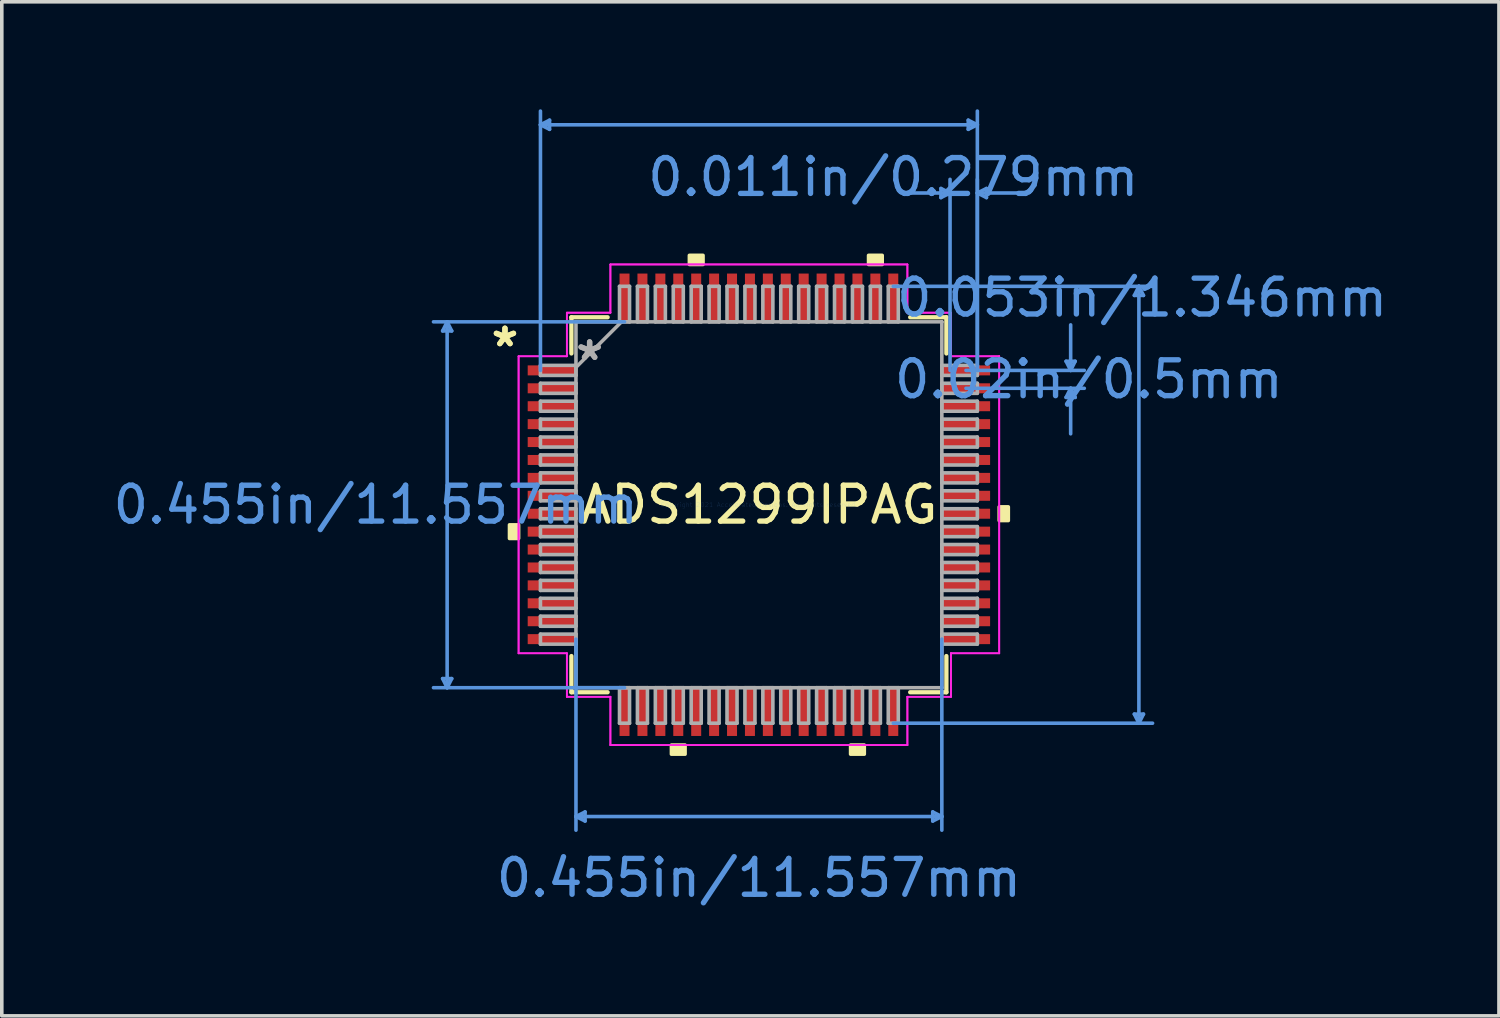
<source format=kicad_pcb>
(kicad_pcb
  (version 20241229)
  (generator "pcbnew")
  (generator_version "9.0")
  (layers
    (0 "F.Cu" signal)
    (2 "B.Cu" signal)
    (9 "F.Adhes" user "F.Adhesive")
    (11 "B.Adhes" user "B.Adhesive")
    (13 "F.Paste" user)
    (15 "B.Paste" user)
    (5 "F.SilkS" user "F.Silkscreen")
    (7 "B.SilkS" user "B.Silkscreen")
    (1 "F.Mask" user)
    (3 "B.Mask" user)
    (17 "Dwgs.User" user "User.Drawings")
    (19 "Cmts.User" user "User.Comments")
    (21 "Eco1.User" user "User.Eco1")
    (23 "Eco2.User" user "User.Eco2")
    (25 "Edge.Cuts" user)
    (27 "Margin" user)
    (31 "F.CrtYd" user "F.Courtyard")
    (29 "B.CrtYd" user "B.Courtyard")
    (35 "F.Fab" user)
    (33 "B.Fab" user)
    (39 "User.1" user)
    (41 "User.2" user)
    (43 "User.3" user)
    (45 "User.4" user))
  (footprint "ADS1299IPAG"
    (layer "F.Cu")
    (at 18.128 11.036)
    (property "Reference" "ADS1299IPAG" (at 0 0 0) (layer "F.SilkS") (effects (font (size 1 1) (thickness 0.15))))
    (attr through_hole)
    (fp_line (start -5.232 -5.232) (end -5.232 -4.222) (stroke (width 0.12) (type solid)) (layer "F.SilkS"))
    (fp_line (start -5.232 4.222) (end -5.232 5.232) (stroke (width 0.12) (type solid)) (layer "F.SilkS"))
    (fp_line (start -5.232 5.232) (end -4.222 5.232) (stroke (width 0.12) (type solid)) (layer "F.SilkS"))
    (fp_line (start -4.222 -5.232) (end -5.232 -5.232) (stroke (width 0.12) (type solid)) (layer "F.SilkS"))
    (fp_line (start 4.222 5.232) (end 5.232 5.232) (stroke (width 0.12) (type solid)) (layer "F.SilkS"))
    (fp_line (start 5.232 -5.232) (end 4.222 -5.232) (stroke (width 0.12) (type solid)) (layer "F.SilkS"))
    (fp_line (start 5.232 -4.222) (end 5.232 -5.232) (stroke (width 0.12) (type solid)) (layer "F.SilkS"))
    (fp_line (start 5.232 5.232) (end 5.232 4.222) (stroke (width 0.12) (type solid)) (layer "F.SilkS"))
    (fp_poly (pts (xy -6.96 0.56) (xy -6.96 0.941) (xy -6.706 0.941) (xy -6.706 0.56)) (stroke (width 0.1) (type solid)) (fill yes) (layer "F.SilkS"))
    (fp_poly (pts (xy -2.441 6.706) (xy -2.441 6.96) (xy -2.06 6.96) (xy -2.06 6.706)) (stroke (width 0.1) (type solid)) (fill yes) (layer "F.SilkS"))
    (fp_poly (pts (xy -1.94 -6.706) (xy -1.94 -6.96) (xy -1.559 -6.96) (xy -1.559 -6.706)) (stroke (width 0.1) (type solid)) (fill yes) (layer "F.SilkS"))
    (fp_poly (pts (xy 2.559 6.706) (xy 2.559 6.96) (xy 2.941 6.96) (xy 2.941 6.706)) (stroke (width 0.1) (type solid)) (fill yes) (layer "F.SilkS"))
    (fp_poly (pts (xy 3.06 -6.706) (xy 3.06 -6.96) (xy 3.441 -6.96) (xy 3.441 -6.706)) (stroke (width 0.1) (type solid)) (fill yes) (layer "F.SilkS"))
    (fp_poly (pts (xy 6.96 0.059) (xy 6.96 0.441) (xy 6.706 0.441) (xy 6.706 0.059)) (stroke (width 0.1) (type solid)) (fill yes) (layer "F.SilkS"))
    (fp_line (start -8.826 -4.851) (end -8.572 -4.851) (stroke (width 0.1) (type solid)) (layer "Cmts.User"))
    (fp_line (start -8.826 4.851) (end -8.572 4.851) (stroke (width 0.1) (type solid)) (layer "Cmts.User"))
    (fp_line (start -8.7 -5.105) (end -8.826 -4.851) (stroke (width 0.1) (type solid)) (layer "Cmts.User"))
    (fp_line (start -8.7 -5.105) (end -8.7 5.105) (stroke (width 0.1) (type solid)) (layer "Cmts.User"))
    (fp_line (start -8.7 -5.105) (end -8.572 -4.851) (stroke (width 0.1) (type solid)) (layer "Cmts.User"))
    (fp_line (start -8.7 5.105) (end -8.826 4.851) (stroke (width 0.1) (type solid)) (layer "Cmts.User"))
    (fp_line (start -8.7 5.105) (end -8.572 4.851) (stroke (width 0.1) (type solid)) (layer "Cmts.User"))
    (fp_line (start -6.096 -10.604) (end -5.842 -10.732) (stroke (width 0.1) (type solid)) (layer "Cmts.User"))
    (fp_line (start -6.096 -10.604) (end -5.842 -10.477) (stroke (width 0.1) (type solid)) (layer "Cmts.User"))
    (fp_line (start -6.096 -10.604) (end 6.096 -10.604) (stroke (width 0.1) (type solid)) (layer "Cmts.User"))
    (fp_line (start -6.096 -3.75) (end -6.096 -10.986) (stroke (width 0.1) (type solid)) (layer "Cmts.User"))
    (fp_line (start -5.842 -10.732) (end -5.842 -10.477) (stroke (width 0.1) (type solid)) (layer "Cmts.User"))
    (fp_line (start -5.105 3.75) (end -5.105 9.081) (stroke (width 0.1) (type solid)) (layer "Cmts.User"))
    (fp_line (start -5.105 8.7) (end -4.851 8.572) (stroke (width 0.1) (type solid)) (layer "Cmts.User"))
    (fp_line (start -5.105 8.7) (end -4.851 8.826) (stroke (width 0.1) (type solid)) (layer "Cmts.User"))
    (fp_line (start -5.105 8.7) (end 5.105 8.7) (stroke (width 0.1) (type solid)) (layer "Cmts.User"))
    (fp_line (start -4.851 8.572) (end -4.851 8.826) (stroke (width 0.1) (type solid)) (layer "Cmts.User"))
    (fp_line (start -3.75 -5.105) (end -9.081 -5.105) (stroke (width 0.1) (type solid)) (layer "Cmts.User"))
    (fp_line (start -3.75 5.105) (end -9.081 5.105) (stroke (width 0.1) (type solid)) (layer "Cmts.User"))
    (fp_line (start 3.75 -6.096) (end 10.986 -6.096) (stroke (width 0.1) (type solid)) (layer "Cmts.User"))
    (fp_line (start 3.75 6.096) (end 10.986 6.096) (stroke (width 0.1) (type solid)) (layer "Cmts.User"))
    (fp_line (start 4.851 8.572) (end 4.851 8.826) (stroke (width 0.1) (type solid)) (layer "Cmts.User"))
    (fp_line (start 5.08 -8.826) (end 5.08 -8.572) (stroke (width 0.1) (type solid)) (layer "Cmts.User"))
    (fp_line (start 5.105 3.75) (end 5.105 9.081) (stroke (width 0.1) (type solid)) (layer "Cmts.User"))
    (fp_line (start 5.105 8.7) (end 4.851 8.572) (stroke (width 0.1) (type solid)) (layer "Cmts.User"))
    (fp_line (start 5.105 8.7) (end 4.851 8.826) (stroke (width 0.1) (type solid)) (layer "Cmts.User"))
    (fp_line (start 5.334 -8.7) (end 4.064 -8.7) (stroke (width 0.1) (type solid)) (layer "Cmts.User"))
    (fp_line (start 5.334 -8.7) (end 5.08 -8.826) (stroke (width 0.1) (type solid)) (layer "Cmts.User"))
    (fp_line (start 5.334 -8.7) (end 5.08 -8.572) (stroke (width 0.1) (type solid)) (layer "Cmts.User"))
    (fp_line (start 5.334 -3.75) (end 5.334 -9.081) (stroke (width 0.1) (type solid)) (layer "Cmts.User"))
    (fp_line (start 5.779 -3.75) (end 9.081 -3.75) (stroke (width 0.1) (type solid)) (layer "Cmts.User"))
    (fp_line (start 5.779 -3.25) (end 9.081 -3.25) (stroke (width 0.1) (type solid)) (layer "Cmts.User"))
    (fp_line (start 5.842 -10.732) (end 5.842 -10.477) (stroke (width 0.1) (type solid)) (layer "Cmts.User"))
    (fp_line (start 6.096 -10.604) (end 5.842 -10.732) (stroke (width 0.1) (type solid)) (layer "Cmts.User"))
    (fp_line (start 6.096 -10.604) (end 5.842 -10.477) (stroke (width 0.1) (type solid)) (layer "Cmts.User"))
    (fp_line (start 6.096 -8.7) (end 6.35 -8.826) (stroke (width 0.1) (type solid)) (layer "Cmts.User"))
    (fp_line (start 6.096 -8.7) (end 6.35 -8.572) (stroke (width 0.1) (type solid)) (layer "Cmts.User"))
    (fp_line (start 6.096 -8.7) (end 7.366 -8.7) (stroke (width 0.1) (type solid)) (layer "Cmts.User"))
    (fp_line (start 6.096 -3.75) (end 6.096 -10.986) (stroke (width 0.1) (type solid)) (layer "Cmts.User"))
    (fp_line (start 6.096 -3.75) (end 6.096 -9.081) (stroke (width 0.1) (type solid)) (layer "Cmts.User"))
    (fp_line (start 6.35 -8.826) (end 6.35 -8.572) (stroke (width 0.1) (type solid)) (layer "Cmts.User"))
    (fp_line (start 8.572 -4.004) (end 8.826 -4.004) (stroke (width 0.1) (type solid)) (layer "Cmts.User"))
    (fp_line (start 8.572 -2.996) (end 8.826 -2.996) (stroke (width 0.1) (type solid)) (layer "Cmts.User"))
    (fp_line (start 8.7 -3.75) (end 8.572 -4.004) (stroke (width 0.1) (type solid)) (layer "Cmts.User"))
    (fp_line (start 8.7 -3.75) (end 8.7 -5.02) (stroke (width 0.1) (type solid)) (layer "Cmts.User"))
    (fp_line (start 8.7 -3.75) (end 8.826 -4.004) (stroke (width 0.1) (type solid)) (layer "Cmts.User"))
    (fp_line (start 8.7 -3.25) (end 8.572 -2.996) (stroke (width 0.1) (type solid)) (layer "Cmts.User"))
    (fp_line (start 8.7 -3.25) (end 8.7 -1.98) (stroke (width 0.1) (type solid)) (layer "Cmts.User"))
    (fp_line (start 8.7 -3.25) (end 8.826 -2.996) (stroke (width 0.1) (type solid)) (layer "Cmts.User"))
    (fp_line (start 10.477 -5.842) (end 10.732 -5.842) (stroke (width 0.1) (type solid)) (layer "Cmts.User"))
    (fp_line (start 10.477 5.842) (end 10.732 5.842) (stroke (width 0.1) (type solid)) (layer "Cmts.User"))
    (fp_line (start 10.604 -6.096) (end 10.477 -5.842) (stroke (width 0.1) (type solid)) (layer "Cmts.User"))
    (fp_line (start 10.604 -6.096) (end 10.604 6.096) (stroke (width 0.1) (type solid)) (layer "Cmts.User"))
    (fp_line (start 10.604 -6.096) (end 10.732 -5.842) (stroke (width 0.1) (type solid)) (layer "Cmts.User"))
    (fp_line (start 10.604 6.096) (end 10.477 5.842) (stroke (width 0.1) (type solid)) (layer "Cmts.User"))
    (fp_line (start 10.604 6.096) (end 10.732 5.842) (stroke (width 0.1) (type solid)) (layer "Cmts.User"))
    (fp_line (start -6.706 -4.144) (end -5.359 -4.144) (stroke (width 0.05) (type solid)) (layer "F.CrtYd"))
    (fp_line (start -6.706 -4.144) (end -5.359 -4.144) (stroke (width 0.05) (type solid)) (layer "F.CrtYd"))
    (fp_line (start -6.706 4.144) (end -6.706 -4.144) (stroke (width 0.05) (type solid)) (layer "F.CrtYd"))
    (fp_line (start -6.706 4.144) (end -6.706 -4.144) (stroke (width 0.05) (type solid)) (layer "F.CrtYd"))
    (fp_line (start -5.359 -5.359) (end -4.144 -5.359) (stroke (width 0.05) (type solid)) (layer "F.CrtYd"))
    (fp_line (start -5.359 -5.359) (end -4.144 -5.359) (stroke (width 0.05) (type solid)) (layer "F.CrtYd"))
    (fp_line (start -5.359 -4.144) (end -5.359 -5.359) (stroke (width 0.05) (type solid)) (layer "F.CrtYd"))
    (fp_line (start -5.359 -4.144) (end -5.359 -5.359) (stroke (width 0.05) (type solid)) (layer "F.CrtYd"))
    (fp_line (start -5.359 4.144) (end -6.706 4.144) (stroke (width 0.05) (type solid)) (layer "F.CrtYd"))
    (fp_line (start -5.359 4.144) (end -6.706 4.144) (stroke (width 0.05) (type solid)) (layer "F.CrtYd"))
    (fp_line (start -5.359 5.359) (end -5.359 4.144) (stroke (width 0.05) (type solid)) (layer "F.CrtYd"))
    (fp_line (start -5.359 5.359) (end -5.359 4.144) (stroke (width 0.05) (type solid)) (layer "F.CrtYd"))
    (fp_line (start -5.359 5.359) (end -4.144 5.359) (stroke (width 0.05) (type solid)) (layer "F.CrtYd"))
    (fp_line (start -4.144 -6.706) (end 4.144 -6.706) (stroke (width 0.05) (type solid)) (layer "F.CrtYd"))
    (fp_line (start -4.144 -6.706) (end 4.144 -6.706) (stroke (width 0.05) (type solid)) (layer "F.CrtYd"))
    (fp_line (start -4.144 -5.359) (end -4.144 -6.706) (stroke (width 0.05) (type solid)) (layer "F.CrtYd"))
    (fp_line (start -4.144 -5.359) (end -4.144 -6.706) (stroke (width 0.05) (type solid)) (layer "F.CrtYd"))
    (fp_line (start -4.144 5.359) (end -5.359 5.359) (stroke (width 0.05) (type solid)) (layer "F.CrtYd"))
    (fp_line (start -4.144 5.359) (end -4.144 6.706) (stroke (width 0.05) (type solid)) (layer "F.CrtYd"))
    (fp_line (start -4.144 6.706) (end -4.144 5.359) (stroke (width 0.05) (type solid)) (layer "F.CrtYd"))
    (fp_line (start -4.144 6.706) (end 4.144 6.706) (stroke (width 0.05) (type solid)) (layer "F.CrtYd"))
    (fp_line (start 4.144 -6.706) (end 4.144 -5.359) (stroke (width 0.05) (type solid)) (layer "F.CrtYd"))
    (fp_line (start 4.144 -6.706) (end 4.144 -5.359) (stroke (width 0.05) (type solid)) (layer "F.CrtYd"))
    (fp_line (start 4.144 -5.359) (end 5.359 -5.359) (stroke (width 0.05) (type solid)) (layer "F.CrtYd"))
    (fp_line (start 4.144 -5.359) (end 5.359 -5.359) (stroke (width 0.05) (type solid)) (layer "F.CrtYd"))
    (fp_line (start 4.144 5.359) (end 4.144 6.706) (stroke (width 0.05) (type solid)) (layer "F.CrtYd"))
    (fp_line (start 4.144 5.359) (end 5.359 5.359) (stroke (width 0.05) (type solid)) (layer "F.CrtYd"))
    (fp_line (start 4.144 6.706) (end -4.144 6.706) (stroke (width 0.05) (type solid)) (layer "F.CrtYd"))
    (fp_line (start 4.144 6.706) (end 4.144 5.359) (stroke (width 0.05) (type solid)) (layer "F.CrtYd"))
    (fp_line (start 5.359 -5.359) (end 5.359 -4.144) (stroke (width 0.05) (type solid)) (layer "F.CrtYd"))
    (fp_line (start 5.359 -4.144) (end 5.359 -5.359) (stroke (width 0.05) (type solid)) (layer "F.CrtYd"))
    (fp_line (start 5.359 -4.144) (end 6.706 -4.144) (stroke (width 0.05) (type solid)) (layer "F.CrtYd"))
    (fp_line (start 5.359 4.144) (end 5.359 5.359) (stroke (width 0.05) (type solid)) (layer "F.CrtYd"))
    (fp_line (start 5.359 4.144) (end 6.706 4.144) (stroke (width 0.05) (type solid)) (layer "F.CrtYd"))
    (fp_line (start 5.359 5.359) (end 4.144 5.359) (stroke (width 0.05) (type solid)) (layer "F.CrtYd"))
    (fp_line (start 5.359 5.359) (end 5.359 4.144) (stroke (width 0.05) (type solid)) (layer "F.CrtYd"))
    (fp_line (start 6.706 -4.144) (end 5.359 -4.144) (stroke (width 0.05) (type solid)) (layer "F.CrtYd"))
    (fp_line (start 6.706 -4.144) (end 6.706 4.144) (stroke (width 0.05) (type solid)) (layer "F.CrtYd"))
    (fp_line (start 6.706 4.144) (end 5.359 4.144) (stroke (width 0.05) (type solid)) (layer "F.CrtYd"))
    (fp_line (start 6.706 4.144) (end 6.706 -4.144) (stroke (width 0.05) (type solid)) (layer "F.CrtYd"))
    (fp_line (start -6.096 -3.89) (end -6.096 -3.61) (stroke (width 0.1) (type solid)) (layer "F.Fab"))
    (fp_line (start -6.096 -3.61) (end -5.105 -3.61) (stroke (width 0.1) (type solid)) (layer "F.Fab"))
    (fp_line (start -6.096 -3.39) (end -6.096 -3.11) (stroke (width 0.1) (type solid)) (layer "F.Fab"))
    (fp_line (start -6.096 -3.11) (end -5.105 -3.11) (stroke (width 0.1) (type solid)) (layer "F.Fab"))
    (fp_line (start -6.096 -2.89) (end -6.096 -2.61) (stroke (width 0.1) (type solid)) (layer "F.Fab"))
    (fp_line (start -6.096 -2.61) (end -5.105 -2.61) (stroke (width 0.1) (type solid)) (layer "F.Fab"))
    (fp_line (start -6.096 -2.39) (end -6.096 -2.11) (stroke (width 0.1) (type solid)) (layer "F.Fab"))
    (fp_line (start -6.096 -2.11) (end -5.105 -2.11) (stroke (width 0.1) (type solid)) (layer "F.Fab"))
    (fp_line (start -6.096 -1.89) (end -6.096 -1.61) (stroke (width 0.1) (type solid)) (layer "F.Fab"))
    (fp_line (start -6.096 -1.61) (end -5.105 -1.61) (stroke (width 0.1) (type solid)) (layer "F.Fab"))
    (fp_line (start -6.096 -1.39) (end -6.096 -1.11) (stroke (width 0.1) (type solid)) (layer "F.Fab"))
    (fp_line (start -6.096 -1.11) (end -5.105 -1.11) (stroke (width 0.1) (type solid)) (layer "F.Fab"))
    (fp_line (start -6.096 -0.89) (end -6.096 -0.61) (stroke (width 0.1) (type solid)) (layer "F.Fab"))
    (fp_line (start -6.096 -0.61) (end -5.105 -0.61) (stroke (width 0.1) (type solid)) (layer "F.Fab"))
    (fp_line (start -6.096 -0.39) (end -6.096 -0.11) (stroke (width 0.1) (type solid)) (layer "F.Fab"))
    (fp_line (start -6.096 -0.11) (end -5.105 -0.11) (stroke (width 0.1) (type solid)) (layer "F.Fab"))
    (fp_line (start -6.096 0.11) (end -6.096 0.39) (stroke (width 0.1) (type solid)) (layer "F.Fab"))
    (fp_line (start -6.096 0.39) (end -5.105 0.39) (stroke (width 0.1) (type solid)) (layer "F.Fab"))
    (fp_line (start -6.096 0.61) (end -6.096 0.89) (stroke (width 0.1) (type solid)) (layer "F.Fab"))
    (fp_line (start -6.096 0.89) (end -5.105 0.89) (stroke (width 0.1) (type solid)) (layer "F.Fab"))
    (fp_line (start -6.096 1.11) (end -6.096 1.39) (stroke (width 0.1) (type solid)) (layer "F.Fab"))
    (fp_line (start -6.096 1.39) (end -5.105 1.39) (stroke (width 0.1) (type solid)) (layer "F.Fab"))
    (fp_line (start -6.096 1.61) (end -6.096 1.89) (stroke (width 0.1) (type solid)) (layer "F.Fab"))
    (fp_line (start -6.096 1.89) (end -5.105 1.89) (stroke (width 0.1) (type solid)) (layer "F.Fab"))
    (fp_line (start -6.096 2.11) (end -6.096 2.39) (stroke (width 0.1) (type solid)) (layer "F.Fab"))
    (fp_line (start -6.096 2.39) (end -5.105 2.39) (stroke (width 0.1) (type solid)) (layer "F.Fab"))
    (fp_line (start -6.096 2.61) (end -6.096 2.89) (stroke (width 0.1) (type solid)) (layer "F.Fab"))
    (fp_line (start -6.096 2.89) (end -5.105 2.89) (stroke (width 0.1) (type solid)) (layer "F.Fab"))
    (fp_line (start -6.096 3.11) (end -6.096 3.39) (stroke (width 0.1) (type solid)) (layer "F.Fab"))
    (fp_line (start -6.096 3.39) (end -5.105 3.39) (stroke (width 0.1) (type solid)) (layer "F.Fab"))
    (fp_line (start -6.096 3.61) (end -6.096 3.89) (stroke (width 0.1) (type solid)) (layer "F.Fab"))
    (fp_line (start -6.096 3.89) (end -5.105 3.89) (stroke (width 0.1) (type solid)) (layer "F.Fab"))
    (fp_line (start -5.105 -5.105) (end -5.105 -5.105) (stroke (width 0.1) (type solid)) (layer "F.Fab"))
    (fp_line (start -5.105 -5.105) (end -5.105 5.105) (stroke (width 0.1) (type solid)) (layer "F.Fab"))
    (fp_line (start -5.105 -3.89) (end -6.096 -3.89) (stroke (width 0.1) (type solid)) (layer "F.Fab"))
    (fp_line (start -5.105 -3.835) (end -3.835 -5.105) (stroke (width 0.1) (type solid)) (layer "F.Fab"))
    (fp_line (start -5.105 -3.61) (end -5.105 -3.89) (stroke (width 0.1) (type solid)) (layer "F.Fab"))
    (fp_line (start -5.105 -3.39) (end -6.096 -3.39) (stroke (width 0.1) (type solid)) (layer "F.Fab"))
    (fp_line (start -5.105 -3.11) (end -5.105 -3.39) (stroke (width 0.1) (type solid)) (layer "F.Fab"))
    (fp_line (start -5.105 -2.89) (end -6.096 -2.89) (stroke (width 0.1) (type solid)) (layer "F.Fab"))
    (fp_line (start -5.105 -2.61) (end -5.105 -2.89) (stroke (width 0.1) (type solid)) (layer "F.Fab"))
    (fp_line (start -5.105 -2.39) (end -6.096 -2.39) (stroke (width 0.1) (type solid)) (layer "F.Fab"))
    (fp_line (start -5.105 -2.11) (end -5.105 -2.39) (stroke (width 0.1) (type solid)) (layer "F.Fab"))
    (fp_line (start -5.105 -1.89) (end -6.096 -1.89) (stroke (width 0.1) (type solid)) (layer "F.Fab"))
    (fp_line (start -5.105 -1.61) (end -5.105 -1.89) (stroke (width 0.1) (type solid)) (layer "F.Fab"))
    (fp_line (start -5.105 -1.39) (end -6.096 -1.39) (stroke (width 0.1) (type solid)) (layer "F.Fab"))
    (fp_line (start -5.105 -1.11) (end -5.105 -1.39) (stroke (width 0.1) (type solid)) (layer "F.Fab"))
    (fp_line (start -5.105 -0.89) (end -6.096 -0.89) (stroke (width 0.1) (type solid)) (layer "F.Fab"))
    (fp_line (start -5.105 -0.61) (end -5.105 -0.89) (stroke (width 0.1) (type solid)) (layer "F.Fab"))
    (fp_line (start -5.105 -0.39) (end -6.096 -0.39) (stroke (width 0.1) (type solid)) (layer "F.Fab"))
    (fp_line (start -5.105 -0.11) (end -5.105 -0.39) (stroke (width 0.1) (type solid)) (layer "F.Fab"))
    (fp_line (start -5.105 0.11) (end -6.096 0.11) (stroke (width 0.1) (type solid)) (layer "F.Fab"))
    (fp_line (start -5.105 0.39) (end -5.105 0.11) (stroke (width 0.1) (type solid)) (layer "F.Fab"))
    (fp_line (start -5.105 0.61) (end -6.096 0.61) (stroke (width 0.1) (type solid)) (layer "F.Fab"))
    (fp_line (start -5.105 0.89) (end -5.105 0.61) (stroke (width 0.1) (type solid)) (layer "F.Fab"))
    (fp_line (start -5.105 1.11) (end -6.096 1.11) (stroke (width 0.1) (type solid)) (layer "F.Fab"))
    (fp_line (start -5.105 1.39) (end -5.105 1.11) (stroke (width 0.1) (type solid)) (layer "F.Fab"))
    (fp_line (start -5.105 1.61) (end -6.096 1.61) (stroke (width 0.1) (type solid)) (layer "F.Fab"))
    (fp_line (start -5.105 1.89) (end -5.105 1.61) (stroke (width 0.1) (type solid)) (layer "F.Fab"))
    (fp_line (start -5.105 2.11) (end -6.096 2.11) (stroke (width 0.1) (type solid)) (layer "F.Fab"))
    (fp_line (start -5.105 2.39) (end -5.105 2.11) (stroke (width 0.1) (type solid)) (layer "F.Fab"))
    (fp_line (start -5.105 2.61) (end -6.096 2.61) (stroke (width 0.1) (type solid)) (layer "F.Fab"))
    (fp_line (start -5.105 2.89) (end -5.105 2.61) (stroke (width 0.1) (type solid)) (layer "F.Fab"))
    (fp_line (start -5.105 3.11) (end -6.096 3.11) (stroke (width 0.1) (type solid)) (layer "F.Fab"))
    (fp_line (start -5.105 3.39) (end -5.105 3.11) (stroke (width 0.1) (type solid)) (layer "F.Fab"))
    (fp_line (start -5.105 3.61) (end -6.096 3.61) (stroke (width 0.1) (type solid)) (layer "F.Fab"))
    (fp_line (start -5.105 3.89) (end -5.105 3.61) (stroke (width 0.1) (type solid)) (layer "F.Fab"))
    (fp_line (start -5.105 5.105) (end -5.105 5.105) (stroke (width 0.1) (type solid)) (layer "F.Fab"))
    (fp_line (start -5.105 5.105) (end 5.105 5.105) (stroke (width 0.1) (type solid)) (layer "F.Fab"))
    (fp_line (start -3.89 -6.096) (end -3.89 -5.105) (stroke (width 0.1) (type solid)) (layer "F.Fab"))
    (fp_line (start -3.89 -5.105) (end -3.61 -5.105) (stroke (width 0.1) (type solid)) (layer "F.Fab"))
    (fp_line (start -3.89 5.105) (end -3.89 6.096) (stroke (width 0.1) (type solid)) (layer "F.Fab"))
    (fp_line (start -3.89 6.096) (end -3.61 6.096) (stroke (width 0.1) (type solid)) (layer "F.Fab"))
    (fp_line (start -3.61 -6.096) (end -3.89 -6.096) (stroke (width 0.1) (type solid)) (layer "F.Fab"))
    (fp_line (start -3.61 -5.105) (end -3.61 -6.096) (stroke (width 0.1) (type solid)) (layer "F.Fab"))
    (fp_line (start -3.61 5.105) (end -3.89 5.105) (stroke (width 0.1) (type solid)) (layer "F.Fab"))
    (fp_line (start -3.61 6.096) (end -3.61 5.105) (stroke (width 0.1) (type solid)) (layer "F.Fab"))
    (fp_line (start -3.39 -6.096) (end -3.39 -5.105) (stroke (width 0.1) (type solid)) (layer "F.Fab"))
    (fp_line (start -3.39 -5.105) (end -3.11 -5.105) (stroke (width 0.1) (type solid)) (layer "F.Fab"))
    (fp_line (start -3.39 5.105) (end -3.39 6.096) (stroke (width 0.1) (type solid)) (layer "F.Fab"))
    (fp_line (start -3.39 6.096) (end -3.11 6.096) (stroke (width 0.1) (type solid)) (layer "F.Fab"))
    (fp_line (start -3.11 -6.096) (end -3.39 -6.096) (stroke (width 0.1) (type solid)) (layer "F.Fab"))
    (fp_line (start -3.11 -5.105) (end -3.11 -6.096) (stroke (width 0.1) (type solid)) (layer "F.Fab"))
    (fp_line (start -3.11 5.105) (end -3.39 5.105) (stroke (width 0.1) (type solid)) (layer "F.Fab"))
    (fp_line (start -3.11 6.096) (end -3.11 5.105) (stroke (width 0.1) (type solid)) (layer "F.Fab"))
    (fp_line (start -2.89 -6.096) (end -2.89 -5.105) (stroke (width 0.1) (type solid)) (layer "F.Fab"))
    (fp_line (start -2.89 -5.105) (end -2.61 -5.105) (stroke (width 0.1) (type solid)) (layer "F.Fab"))
    (fp_line (start -2.89 5.105) (end -2.89 6.096) (stroke (width 0.1) (type solid)) (layer "F.Fab"))
    (fp_line (start -2.89 6.096) (end -2.61 6.096) (stroke (width 0.1) (type solid)) (layer "F.Fab"))
    (fp_line (start -2.61 -6.096) (end -2.89 -6.096) (stroke (width 0.1) (type solid)) (layer "F.Fab"))
    (fp_line (start -2.61 -5.105) (end -2.61 -6.096) (stroke (width 0.1) (type solid)) (layer "F.Fab"))
    (fp_line (start -2.61 5.105) (end -2.89 5.105) (stroke (width 0.1) (type solid)) (layer "F.Fab"))
    (fp_line (start -2.61 6.096) (end -2.61 5.105) (stroke (width 0.1) (type solid)) (layer "F.Fab"))
    (fp_line (start -2.39 -6.096) (end -2.39 -5.105) (stroke (width 0.1) (type solid)) (layer "F.Fab"))
    (fp_line (start -2.39 -5.105) (end -2.11 -5.105) (stroke (width 0.1) (type solid)) (layer "F.Fab"))
    (fp_line (start -2.39 5.105) (end -2.39 6.096) (stroke (width 0.1) (type solid)) (layer "F.Fab"))
    (fp_line (start -2.39 6.096) (end -2.11 6.096) (stroke (width 0.1) (type solid)) (layer "F.Fab"))
    (fp_line (start -2.11 -6.096) (end -2.39 -6.096) (stroke (width 0.1) (type solid)) (layer "F.Fab"))
    (fp_line (start -2.11 -5.105) (end -2.11 -6.096) (stroke (width 0.1) (type solid)) (layer "F.Fab"))
    (fp_line (start -2.11 5.105) (end -2.39 5.105) (stroke (width 0.1) (type solid)) (layer "F.Fab"))
    (fp_line (start -2.11 6.096) (end -2.11 5.105) (stroke (width 0.1) (type solid)) (layer "F.Fab"))
    (fp_line (start -1.89 -6.096) (end -1.89 -5.105) (stroke (width 0.1) (type solid)) (layer "F.Fab"))
    (fp_line (start -1.89 -5.105) (end -1.61 -5.105) (stroke (width 0.1) (type solid)) (layer "F.Fab"))
    (fp_line (start -1.89 5.105) (end -1.89 6.096) (stroke (width 0.1) (type solid)) (layer "F.Fab"))
    (fp_line (start -1.89 6.096) (end -1.61 6.096) (stroke (width 0.1) (type solid)) (layer "F.Fab"))
    (fp_line (start -1.61 -6.096) (end -1.89 -6.096) (stroke (width 0.1) (type solid)) (layer "F.Fab"))
    (fp_line (start -1.61 -5.105) (end -1.61 -6.096) (stroke (width 0.1) (type solid)) (layer "F.Fab"))
    (fp_line (start -1.61 5.105) (end -1.89 5.105) (stroke (width 0.1) (type solid)) (layer "F.Fab"))
    (fp_line (start -1.61 6.096) (end -1.61 5.105) (stroke (width 0.1) (type solid)) (layer "F.Fab"))
    (fp_line (start -1.39 -6.096) (end -1.39 -5.105) (stroke (width 0.1) (type solid)) (layer "F.Fab"))
    (fp_line (start -1.39 -5.105) (end -1.11 -5.105) (stroke (width 0.1) (type solid)) (layer "F.Fab"))
    (fp_line (start -1.39 5.105) (end -1.39 6.096) (stroke (width 0.1) (type solid)) (layer "F.Fab"))
    (fp_line (start -1.39 6.096) (end -1.11 6.096) (stroke (width 0.1) (type solid)) (layer "F.Fab"))
    (fp_line (start -1.11 -6.096) (end -1.39 -6.096) (stroke (width 0.1) (type solid)) (layer "F.Fab"))
    (fp_line (start -1.11 -5.105) (end -1.11 -6.096) (stroke (width 0.1) (type solid)) (layer "F.Fab"))
    (fp_line (start -1.11 5.105) (end -1.39 5.105) (stroke (width 0.1) (type solid)) (layer "F.Fab"))
    (fp_line (start -1.11 6.096) (end -1.11 5.105) (stroke (width 0.1) (type solid)) (layer "F.Fab"))
    (fp_line (start -0.89 -6.096) (end -0.89 -5.105) (stroke (width 0.1) (type solid)) (layer "F.Fab"))
    (fp_line (start -0.89 -5.105) (end -0.61 -5.105) (stroke (width 0.1) (type solid)) (layer "F.Fab"))
    (fp_line (start -0.89 5.105) (end -0.89 6.096) (stroke (width 0.1) (type solid)) (layer "F.Fab"))
    (fp_line (start -0.89 6.096) (end -0.61 6.096) (stroke (width 0.1) (type solid)) (layer "F.Fab"))
    (fp_line (start -0.61 -6.096) (end -0.89 -6.096) (stroke (width 0.1) (type solid)) (layer "F.Fab"))
    (fp_line (start -0.61 -5.105) (end -0.61 -6.096) (stroke (width 0.1) (type solid)) (layer "F.Fab"))
    (fp_line (start -0.61 5.105) (end -0.89 5.105) (stroke (width 0.1) (type solid)) (layer "F.Fab"))
    (fp_line (start -0.61 6.096) (end -0.61 5.105) (stroke (width 0.1) (type solid)) (layer "F.Fab"))
    (fp_line (start -0.39 -6.096) (end -0.39 -5.105) (stroke (width 0.1) (type solid)) (layer "F.Fab"))
    (fp_line (start -0.39 -5.105) (end -0.11 -5.105) (stroke (width 0.1) (type solid)) (layer "F.Fab"))
    (fp_line (start -0.39 5.105) (end -0.39 6.096) (stroke (width 0.1) (type solid)) (layer "F.Fab"))
    (fp_line (start -0.39 6.096) (end -0.11 6.096) (stroke (width 0.1) (type solid)) (layer "F.Fab"))
    (fp_line (start -0.11 -6.096) (end -0.39 -6.096) (stroke (width 0.1) (type solid)) (layer "F.Fab"))
    (fp_line (start -0.11 -5.105) (end -0.11 -6.096) (stroke (width 0.1) (type solid)) (layer "F.Fab"))
    (fp_line (start -0.11 5.105) (end -0.39 5.105) (stroke (width 0.1) (type solid)) (layer "F.Fab"))
    (fp_line (start -0.11 6.096) (end -0.11 5.105) (stroke (width 0.1) (type solid)) (layer "F.Fab"))
    (fp_line (start 0.11 -6.096) (end 0.11 -5.105) (stroke (width 0.1) (type solid)) (layer "F.Fab"))
    (fp_line (start 0.11 -5.105) (end 0.39 -5.105) (stroke (width 0.1) (type solid)) (layer "F.Fab"))
    (fp_line (start 0.11 5.105) (end 0.11 6.096) (stroke (width 0.1) (type solid)) (layer "F.Fab"))
    (fp_line (start 0.11 6.096) (end 0.39 6.096) (stroke (width 0.1) (type solid)) (layer "F.Fab"))
    (fp_line (start 0.39 -6.096) (end 0.11 -6.096) (stroke (width 0.1) (type solid)) (layer "F.Fab"))
    (fp_line (start 0.39 -5.105) (end 0.39 -6.096) (stroke (width 0.1) (type solid)) (layer "F.Fab"))
    (fp_line (start 0.39 5.105) (end 0.11 5.105) (stroke (width 0.1) (type solid)) (layer "F.Fab"))
    (fp_line (start 0.39 6.096) (end 0.39 5.105) (stroke (width 0.1) (type solid)) (layer "F.Fab"))
    (fp_line (start 0.61 -6.096) (end 0.61 -5.105) (stroke (width 0.1) (type solid)) (layer "F.Fab"))
    (fp_line (start 0.61 -5.105) (end 0.89 -5.105) (stroke (width 0.1) (type solid)) (layer "F.Fab"))
    (fp_line (start 0.61 5.105) (end 0.61 6.096) (stroke (width 0.1) (type solid)) (layer "F.Fab"))
    (fp_line (start 0.61 6.096) (end 0.89 6.096) (stroke (width 0.1) (type solid)) (layer "F.Fab"))
    (fp_line (start 0.89 -6.096) (end 0.61 -6.096) (stroke (width 0.1) (type solid)) (layer "F.Fab"))
    (fp_line (start 0.89 -5.105) (end 0.89 -6.096) (stroke (width 0.1) (type solid)) (layer "F.Fab"))
    (fp_line (start 0.89 5.105) (end 0.61 5.105) (stroke (width 0.1) (type solid)) (layer "F.Fab"))
    (fp_line (start 0.89 6.096) (end 0.89 5.105) (stroke (width 0.1) (type solid)) (layer "F.Fab"))
    (fp_line (start 1.11 -6.096) (end 1.11 -5.105) (stroke (width 0.1) (type solid)) (layer "F.Fab"))
    (fp_line (start 1.11 -5.105) (end 1.39 -5.105) (stroke (width 0.1) (type solid)) (layer "F.Fab"))
    (fp_line (start 1.11 5.105) (end 1.11 6.096) (stroke (width 0.1) (type solid)) (layer "F.Fab"))
    (fp_line (start 1.11 6.096) (end 1.39 6.096) (stroke (width 0.1) (type solid)) (layer "F.Fab"))
    (fp_line (start 1.39 -6.096) (end 1.11 -6.096) (stroke (width 0.1) (type solid)) (layer "F.Fab"))
    (fp_line (start 1.39 -5.105) (end 1.39 -6.096) (stroke (width 0.1) (type solid)) (layer "F.Fab"))
    (fp_line (start 1.39 5.105) (end 1.11 5.105) (stroke (width 0.1) (type solid)) (layer "F.Fab"))
    (fp_line (start 1.39 6.096) (end 1.39 5.105) (stroke (width 0.1) (type solid)) (layer "F.Fab"))
    (fp_line (start 1.61 -6.096) (end 1.61 -5.105) (stroke (width 0.1) (type solid)) (layer "F.Fab"))
    (fp_line (start 1.61 -5.105) (end 1.89 -5.105) (stroke (width 0.1) (type solid)) (layer "F.Fab"))
    (fp_line (start 1.61 5.105) (end 1.61 6.096) (stroke (width 0.1) (type solid)) (layer "F.Fab"))
    (fp_line (start 1.61 6.096) (end 1.89 6.096) (stroke (width 0.1) (type solid)) (layer "F.Fab"))
    (fp_line (start 1.89 -6.096) (end 1.61 -6.096) (stroke (width 0.1) (type solid)) (layer "F.Fab"))
    (fp_line (start 1.89 -5.105) (end 1.89 -6.096) (stroke (width 0.1) (type solid)) (layer "F.Fab"))
    (fp_line (start 1.89 5.105) (end 1.61 5.105) (stroke (width 0.1) (type solid)) (layer "F.Fab"))
    (fp_line (start 1.89 6.096) (end 1.89 5.105) (stroke (width 0.1) (type solid)) (layer "F.Fab"))
    (fp_line (start 2.11 -6.096) (end 2.11 -5.105) (stroke (width 0.1) (type solid)) (layer "F.Fab"))
    (fp_line (start 2.11 -5.105) (end 2.39 -5.105) (stroke (width 0.1) (type solid)) (layer "F.Fab"))
    (fp_line (start 2.11 5.105) (end 2.11 6.096) (stroke (width 0.1) (type solid)) (layer "F.Fab"))
    (fp_line (start 2.11 6.096) (end 2.39 6.096) (stroke (width 0.1) (type solid)) (layer "F.Fab"))
    (fp_line (start 2.39 -6.096) (end 2.11 -6.096) (stroke (width 0.1) (type solid)) (layer "F.Fab"))
    (fp_line (start 2.39 -5.105) (end 2.39 -6.096) (stroke (width 0.1) (type solid)) (layer "F.Fab"))
    (fp_line (start 2.39 5.105) (end 2.11 5.105) (stroke (width 0.1) (type solid)) (layer "F.Fab"))
    (fp_line (start 2.39 6.096) (end 2.39 5.105) (stroke (width 0.1) (type solid)) (layer "F.Fab"))
    (fp_line (start 2.61 -6.096) (end 2.61 -5.105) (stroke (width 0.1) (type solid)) (layer "F.Fab"))
    (fp_line (start 2.61 -5.105) (end 2.89 -5.105) (stroke (width 0.1) (type solid)) (layer "F.Fab"))
    (fp_line (start 2.61 5.105) (end 2.61 6.096) (stroke (width 0.1) (type solid)) (layer "F.Fab"))
    (fp_line (start 2.61 6.096) (end 2.89 6.096) (stroke (width 0.1) (type solid)) (layer "F.Fab"))
    (fp_line (start 2.89 -6.096) (end 2.61 -6.096) (stroke (width 0.1) (type solid)) (layer "F.Fab"))
    (fp_line (start 2.89 -5.105) (end 2.89 -6.096) (stroke (width 0.1) (type solid)) (layer "F.Fab"))
    (fp_line (start 2.89 5.105) (end 2.61 5.105) (stroke (width 0.1) (type solid)) (layer "F.Fab"))
    (fp_line (start 2.89 6.096) (end 2.89 5.105) (stroke (width 0.1) (type solid)) (layer "F.Fab"))
    (fp_line (start 3.11 -6.096) (end 3.11 -5.105) (stroke (width 0.1) (type solid)) (layer "F.Fab"))
    (fp_line (start 3.11 -5.105) (end 3.39 -5.105) (stroke (width 0.1) (type solid)) (layer "F.Fab"))
    (fp_line (start 3.11 5.105) (end 3.11 6.096) (stroke (width 0.1) (type solid)) (layer "F.Fab"))
    (fp_line (start 3.11 6.096) (end 3.39 6.096) (stroke (width 0.1) (type solid)) (layer "F.Fab"))
    (fp_line (start 3.39 -6.096) (end 3.11 -6.096) (stroke (width 0.1) (type solid)) (layer "F.Fab"))
    (fp_line (start 3.39 -5.105) (end 3.39 -6.096) (stroke (width 0.1) (type solid)) (layer "F.Fab"))
    (fp_line (start 3.39 5.105) (end 3.11 5.105) (stroke (width 0.1) (type solid)) (layer "F.Fab"))
    (fp_line (start 3.39 6.096) (end 3.39 5.105) (stroke (width 0.1) (type solid)) (layer "F.Fab"))
    (fp_line (start 3.61 -6.096) (end 3.61 -5.105) (stroke (width 0.1) (type solid)) (layer "F.Fab"))
    (fp_line (start 3.61 -5.105) (end 3.89 -5.105) (stroke (width 0.1) (type solid)) (layer "F.Fab"))
    (fp_line (start 3.61 5.105) (end 3.61 6.096) (stroke (width 0.1) (type solid)) (layer "F.Fab"))
    (fp_line (start 3.61 6.096) (end 3.89 6.096) (stroke (width 0.1) (type solid)) (layer "F.Fab"))
    (fp_line (start 3.89 -6.096) (end 3.61 -6.096) (stroke (width 0.1) (type solid)) (layer "F.Fab"))
    (fp_line (start 3.89 -5.105) (end 3.89 -6.096) (stroke (width 0.1) (type solid)) (layer "F.Fab"))
    (fp_line (start 3.89 5.105) (end 3.61 5.105) (stroke (width 0.1) (type solid)) (layer "F.Fab"))
    (fp_line (start 3.89 6.096) (end 3.89 5.105) (stroke (width 0.1) (type solid)) (layer "F.Fab"))
    (fp_line (start 5.105 -5.105) (end -5.105 -5.105) (stroke (width 0.1) (type solid)) (layer "F.Fab"))
    (fp_line (start 5.105 -5.105) (end 5.105 -5.105) (stroke (width 0.1) (type solid)) (layer "F.Fab"))
    (fp_line (start 5.105 -3.89) (end 5.105 -3.61) (stroke (width 0.1) (type solid)) (layer "F.Fab"))
    (fp_line (start 5.105 -3.61) (end 6.096 -3.61) (stroke (width 0.1) (type solid)) (layer "F.Fab"))
    (fp_line (start 5.105 -3.39) (end 5.105 -3.11) (stroke (width 0.1) (type solid)) (layer "F.Fab"))
    (fp_line (start 5.105 -3.11) (end 6.096 -3.11) (stroke (width 0.1) (type solid)) (layer "F.Fab"))
    (fp_line (start 5.105 -2.89) (end 5.105 -2.61) (stroke (width 0.1) (type solid)) (layer "F.Fab"))
    (fp_line (start 5.105 -2.61) (end 6.096 -2.61) (stroke (width 0.1) (type solid)) (layer "F.Fab"))
    (fp_line (start 5.105 -2.39) (end 5.105 -2.11) (stroke (width 0.1) (type solid)) (layer "F.Fab"))
    (fp_line (start 5.105 -2.11) (end 6.096 -2.11) (stroke (width 0.1) (type solid)) (layer "F.Fab"))
    (fp_line (start 5.105 -1.89) (end 5.105 -1.61) (stroke (width 0.1) (type solid)) (layer "F.Fab"))
    (fp_line (start 5.105 -1.61) (end 6.096 -1.61) (stroke (width 0.1) (type solid)) (layer "F.Fab"))
    (fp_line (start 5.105 -1.39) (end 5.105 -1.11) (stroke (width 0.1) (type solid)) (layer "F.Fab"))
    (fp_line (start 5.105 -1.11) (end 6.096 -1.11) (stroke (width 0.1) (type solid)) (layer "F.Fab"))
    (fp_line (start 5.105 -0.89) (end 5.105 -0.61) (stroke (width 0.1) (type solid)) (layer "F.Fab"))
    (fp_line (start 5.105 -0.61) (end 6.096 -0.61) (stroke (width 0.1) (type solid)) (layer "F.Fab"))
    (fp_line (start 5.105 -0.39) (end 5.105 -0.11) (stroke (width 0.1) (type solid)) (layer "F.Fab"))
    (fp_line (start 5.105 -0.11) (end 6.096 -0.11) (stroke (width 0.1) (type solid)) (layer "F.Fab"))
    (fp_line (start 5.105 0.11) (end 5.105 0.39) (stroke (width 0.1) (type solid)) (layer "F.Fab"))
    (fp_line (start 5.105 0.39) (end 6.096 0.39) (stroke (width 0.1) (type solid)) (layer "F.Fab"))
    (fp_line (start 5.105 0.61) (end 5.105 0.89) (stroke (width 0.1) (type solid)) (layer "F.Fab"))
    (fp_line (start 5.105 0.89) (end 6.096 0.89) (stroke (width 0.1) (type solid)) (layer "F.Fab"))
    (fp_line (start 5.105 1.11) (end 5.105 1.39) (stroke (width 0.1) (type solid)) (layer "F.Fab"))
    (fp_line (start 5.105 1.39) (end 6.096 1.39) (stroke (width 0.1) (type solid)) (layer "F.Fab"))
    (fp_line (start 5.105 1.61) (end 5.105 1.89) (stroke (width 0.1) (type solid)) (layer "F.Fab"))
    (fp_line (start 5.105 1.89) (end 6.096 1.89) (stroke (width 0.1) (type solid)) (layer "F.Fab"))
    (fp_line (start 5.105 2.11) (end 5.105 2.39) (stroke (width 0.1) (type solid)) (layer "F.Fab"))
    (fp_line (start 5.105 2.39) (end 6.096 2.39) (stroke (width 0.1) (type solid)) (layer "F.Fab"))
    (fp_line (start 5.105 2.61) (end 5.105 2.89) (stroke (width 0.1) (type solid)) (layer "F.Fab"))
    (fp_line (start 5.105 2.89) (end 6.096 2.89) (stroke (width 0.1) (type solid)) (layer "F.Fab"))
    (fp_line (start 5.105 3.11) (end 5.105 3.39) (stroke (width 0.1) (type solid)) (layer "F.Fab"))
    (fp_line (start 5.105 3.39) (end 6.096 3.39) (stroke (width 0.1) (type solid)) (layer "F.Fab"))
    (fp_line (start 5.105 3.61) (end 5.105 3.89) (stroke (width 0.1) (type solid)) (layer "F.Fab"))
    (fp_line (start 5.105 3.89) (end 6.096 3.89) (stroke (width 0.1) (type solid)) (layer "F.Fab"))
    (fp_line (start 5.105 5.105) (end 5.105 -5.105) (stroke (width 0.1) (type solid)) (layer "F.Fab"))
    (fp_line (start 5.105 5.105) (end 5.105 5.105) (stroke (width 0.1) (type solid)) (layer "F.Fab"))
    (fp_line (start 6.096 -3.89) (end 5.105 -3.89) (stroke (width 0.1) (type solid)) (layer "F.Fab"))
    (fp_line (start 6.096 -3.61) (end 6.096 -3.89) (stroke (width 0.1) (type solid)) (layer "F.Fab"))
    (fp_line (start 6.096 -3.39) (end 5.105 -3.39) (stroke (width 0.1) (type solid)) (layer "F.Fab"))
    (fp_line (start 6.096 -3.11) (end 6.096 -3.39) (stroke (width 0.1) (type solid)) (layer "F.Fab"))
    (fp_line (start 6.096 -2.89) (end 5.105 -2.89) (stroke (width 0.1) (type solid)) (layer "F.Fab"))
    (fp_line (start 6.096 -2.61) (end 6.096 -2.89) (stroke (width 0.1) (type solid)) (layer "F.Fab"))
    (fp_line (start 6.096 -2.39) (end 5.105 -2.39) (stroke (width 0.1) (type solid)) (layer "F.Fab"))
    (fp_line (start 6.096 -2.11) (end 6.096 -2.39) (stroke (width 0.1) (type solid)) (layer "F.Fab"))
    (fp_line (start 6.096 -1.89) (end 5.105 -1.89) (stroke (width 0.1) (type solid)) (layer "F.Fab"))
    (fp_line (start 6.096 -1.61) (end 6.096 -1.89) (stroke (width 0.1) (type solid)) (layer "F.Fab"))
    (fp_line (start 6.096 -1.39) (end 5.105 -1.39) (stroke (width 0.1) (type solid)) (layer "F.Fab"))
    (fp_line (start 6.096 -1.11) (end 6.096 -1.39) (stroke (width 0.1) (type solid)) (layer "F.Fab"))
    (fp_line (start 6.096 -0.89) (end 5.105 -0.89) (stroke (width 0.1) (type solid)) (layer "F.Fab"))
    (fp_line (start 6.096 -0.61) (end 6.096 -0.89) (stroke (width 0.1) (type solid)) (layer "F.Fab"))
    (fp_line (start 6.096 -0.39) (end 5.105 -0.39) (stroke (width 0.1) (type solid)) (layer "F.Fab"))
    (fp_line (start 6.096 -0.11) (end 6.096 -0.39) (stroke (width 0.1) (type solid)) (layer "F.Fab"))
    (fp_line (start 6.096 0.11) (end 5.105 0.11) (stroke (width 0.1) (type solid)) (layer "F.Fab"))
    (fp_line (start 6.096 0.39) (end 6.096 0.11) (stroke (width 0.1) (type solid)) (layer "F.Fab"))
    (fp_line (start 6.096 0.61) (end 5.105 0.61) (stroke (width 0.1) (type solid)) (layer "F.Fab"))
    (fp_line (start 6.096 0.89) (end 6.096 0.61) (stroke (width 0.1) (type solid)) (layer "F.Fab"))
    (fp_line (start 6.096 1.11) (end 5.105 1.11) (stroke (width 0.1) (type solid)) (layer "F.Fab"))
    (fp_line (start 6.096 1.39) (end 6.096 1.11) (stroke (width 0.1) (type solid)) (layer "F.Fab"))
    (fp_line (start 6.096 1.61) (end 5.105 1.61) (stroke (width 0.1) (type solid)) (layer "F.Fab"))
    (fp_line (start 6.096 1.89) (end 6.096 1.61) (stroke (width 0.1) (type solid)) (layer "F.Fab"))
    (fp_line (start 6.096 2.11) (end 5.105 2.11) (stroke (width 0.1) (type solid)) (layer "F.Fab"))
    (fp_line (start 6.096 2.39) (end 6.096 2.11) (stroke (width 0.1) (type solid)) (layer "F.Fab"))
    (fp_line (start 6.096 2.61) (end 5.105 2.61) (stroke (width 0.1) (type solid)) (layer "F.Fab"))
    (fp_line (start 6.096 2.89) (end 6.096 2.61) (stroke (width 0.1) (type solid)) (layer "F.Fab"))
    (fp_line (start 6.096 3.11) (end 5.105 3.11) (stroke (width 0.1) (type solid)) (layer "F.Fab"))
    (fp_line (start 6.096 3.39) (end 6.096 3.11) (stroke (width 0.1) (type solid)) (layer "F.Fab"))
    (fp_line (start 6.096 3.61) (end 5.105 3.61) (stroke (width 0.1) (type solid)) (layer "F.Fab"))
    (fp_line (start 6.096 3.89) (end 6.096 3.61) (stroke (width 0.1) (type solid)) (layer "F.Fab"))
    (fp_text user "*" (at -7.087 -4.381 0) (layer "F.SilkS") (effects (font (size 1 1) (thickness 0.15))))
    (fp_text user "*" (at -7.087 -4.381 0) (layer "F.SilkS") (effects (font (size 1 1) (thickness 0.15))))
    (fp_text user "Copyright 2021 Accelerated Designs. All rights reserved." (at 0 0 0) (layer "Cmts.User") (effects (font (size 0.127 0.127) (thickness 0.002))))
    (fp_text user "0.02in/0.5mm" (at 9.207 -3.5 0) (layer "Cmts.User") (effects (font (size 1 1) (thickness 0.15))))
    (fp_text user "0.011in/0.279mm" (at 3.75 -9.144 0) (layer "Cmts.User") (effects (font (size 1 1) (thickness 0.15))))
    (fp_text user "0.455in/11.557mm" (at -10.693 0 0) (layer "Cmts.User") (effects (font (size 1 1) (thickness 0.15))))
    (fp_text user "0.053in/1.346mm" (at 10.693 -5.779 0) (layer "Cmts.User") (effects (font (size 1 1) (thickness 0.15))))
    (fp_text user "0.455in/11.557mm" (at 0 10.414 0) (layer "Cmts.User") (effects (font (size 1 1) (thickness 0.15))))
    (fp_text user "*" (at -4.724 -4 0) (layer "F.Fab") (effects (font (size 1 1) (thickness 0.15))))
    (fp_text user "*" (at -4.724 -4 0) (layer "F.Fab") (effects (font (size 1 1) (thickness 0.15))))
    (pad "1" smd rect (at -5.779 -3.75 90) (size 0.279 1.346) (layers "F.Cu" "F.Mask" "F.Paste"))
    (pad "2" smd rect (at -5.779 -3.25 90) (size 0.279 1.346) (layers "F.Cu" "F.Mask" "F.Paste"))
    (pad "3" smd rect (at -5.779 -2.75 90) (size 0.279 1.346) (layers "F.Cu" "F.Mask" "F.Paste"))
    (pad "4" smd rect (at -5.779 -2.25 90) (size 0.279 1.346) (layers "F.Cu" "F.Mask" "F.Paste"))
    (pad "5" smd rect (at -5.779 -1.75 90) (size 0.279 1.346) (layers "F.Cu" "F.Mask" "F.Paste"))
    (pad "6" smd rect (at -5.779 -1.25 90) (size 0.279 1.346) (layers "F.Cu" "F.Mask" "F.Paste"))
    (pad "7" smd rect (at -5.779 -0.75 90) (size 0.279 1.346) (layers "F.Cu" "F.Mask" "F.Paste"))
    (pad "8" smd rect (at -5.779 -0.25 90) (size 0.279 1.346) (layers "F.Cu" "F.Mask" "F.Paste"))
    (pad "9" smd rect (at -5.779 0.25 90) (size 0.279 1.346) (layers "F.Cu" "F.Mask" "F.Paste"))
    (pad "10" smd rect (at -5.779 0.75 90) (size 0.279 1.346) (layers "F.Cu" "F.Mask" "F.Paste"))
    (pad "11" smd rect (at -5.779 1.25 90) (size 0.279 1.346) (layers "F.Cu" "F.Mask" "F.Paste"))
    (pad "12" smd rect (at -5.779 1.75 90) (size 0.279 1.346) (layers "F.Cu" "F.Mask" "F.Paste"))
    (pad "13" smd rect (at -5.779 2.25 90) (size 0.279 1.346) (layers "F.Cu" "F.Mask" "F.Paste"))
    (pad "14" smd rect (at -5.779 2.75 90) (size 0.279 1.346) (layers "F.Cu" "F.Mask" "F.Paste"))
    (pad "15" smd rect (at -5.779 3.25 90) (size 0.279 1.346) (layers "F.Cu" "F.Mask" "F.Paste"))
    (pad "16" smd rect (at -5.779 3.75 90) (size 0.279 1.346) (layers "F.Cu" "F.Mask" "F.Paste"))
    (pad "17" smd rect (at -3.75 5.779) (size 0.279 1.346) (layers "F.Cu" "F.Mask" "F.Paste"))
    (pad "18" smd rect (at -3.25 5.779) (size 0.279 1.346) (layers "F.Cu" "F.Mask" "F.Paste"))
    (pad "19" smd rect (at -2.75 5.779) (size 0.279 1.346) (layers "F.Cu" "F.Mask" "F.Paste"))
    (pad "20" smd rect (at -2.25 5.779) (size 0.279 1.346) (layers "F.Cu" "F.Mask" "F.Paste"))
    (pad "21" smd rect (at -1.75 5.779) (size 0.279 1.346) (layers "F.Cu" "F.Mask" "F.Paste"))
    (pad "22" smd rect (at -1.25 5.779) (size 0.279 1.346) (layers "F.Cu" "F.Mask" "F.Paste"))
    (pad "23" smd rect (at -0.75 5.779) (size 0.279 1.346) (layers "F.Cu" "F.Mask" "F.Paste"))
    (pad "24" smd rect (at -0.25 5.779) (size 0.279 1.346) (layers "F.Cu" "F.Mask" "F.Paste"))
    (pad "25" smd rect (at 0.25 5.779) (size 0.279 1.346) (layers "F.Cu" "F.Mask" "F.Paste"))
    (pad "26" smd rect (at 0.75 5.779) (size 0.279 1.346) (layers "F.Cu" "F.Mask" "F.Paste"))
    (pad "27" smd rect (at 1.25 5.779) (size 0.279 1.346) (layers "F.Cu" "F.Mask" "F.Paste"))
    (pad "28" smd rect (at 1.75 5.779) (size 0.279 1.346) (layers "F.Cu" "F.Mask" "F.Paste"))
    (pad "29" smd rect (at 2.25 5.779) (size 0.279 1.346) (layers "F.Cu" "F.Mask" "F.Paste"))
    (pad "30" smd rect (at 2.75 5.779) (size 0.279 1.346) (layers "F.Cu" "F.Mask" "F.Paste"))
    (pad "31" smd rect (at 3.25 5.779) (size 0.279 1.346) (layers "F.Cu" "F.Mask" "F.Paste"))
    (pad "32" smd rect (at 3.75 5.779) (size 0.279 1.346) (layers "F.Cu" "F.Mask" "F.Paste"))
    (pad "33" smd rect (at 5.779 3.75 90) (size 0.279 1.346) (layers "F.Cu" "F.Mask" "F.Paste"))
    (pad "34" smd rect (at 5.779 3.25 90) (size 0.279 1.346) (layers "F.Cu" "F.Mask" "F.Paste"))
    (pad "35" smd rect (at 5.779 2.75 90) (size 0.279 1.346) (layers "F.Cu" "F.Mask" "F.Paste"))
    (pad "36" smd rect (at 5.779 2.25 90) (size 0.279 1.346) (layers "F.Cu" "F.Mask" "F.Paste"))
    (pad "37" smd rect (at 5.779 1.75 90) (size 0.279 1.346) (layers "F.Cu" "F.Mask" "F.Paste"))
    (pad "38" smd rect (at 5.779 1.25 90) (size 0.279 1.346) (layers "F.Cu" "F.Mask" "F.Paste"))
    (pad "39" smd rect (at 5.779 0.75 90) (size 0.279 1.346) (layers "F.Cu" "F.Mask" "F.Paste"))
    (pad "40" smd rect (at 5.779 0.25 90) (size 0.279 1.346) (layers "F.Cu" "F.Mask" "F.Paste"))
    (pad "41" smd rect (at 5.779 -0.25 90) (size 0.279 1.346) (layers "F.Cu" "F.Mask" "F.Paste"))
    (pad "42" smd rect (at 5.779 -0.75 90) (size 0.279 1.346) (layers "F.Cu" "F.Mask" "F.Paste"))
    (pad "43" smd rect (at 5.779 -1.25 90) (size 0.279 1.346) (layers "F.Cu" "F.Mask" "F.Paste"))
    (pad "44" smd rect (at 5.779 -1.75 90) (size 0.279 1.346) (layers "F.Cu" "F.Mask" "F.Paste"))
    (pad "45" smd rect (at 5.779 -2.25 90) (size 0.279 1.346) (layers "F.Cu" "F.Mask" "F.Paste"))
    (pad "46" smd rect (at 5.779 -2.75 90) (size 0.279 1.346) (layers "F.Cu" "F.Mask" "F.Paste"))
    (pad "47" smd rect (at 5.779 -3.25 90) (size 0.279 1.346) (layers "F.Cu" "F.Mask" "F.Paste"))
    (pad "48" smd rect (at 5.779 -3.75 90) (size 0.279 1.346) (layers "F.Cu" "F.Mask" "F.Paste"))
    (pad "49" smd rect (at 3.75 -5.779) (size 0.279 1.346) (layers "F.Cu" "F.Mask" "F.Paste"))
    (pad "50" smd rect (at 3.25 -5.779) (size 0.279 1.346) (layers "F.Cu" "F.Mask" "F.Paste"))
    (pad "51" smd rect (at 2.75 -5.779) (size 0.279 1.346) (layers "F.Cu" "F.Mask" "F.Paste"))
    (pad "52" smd rect (at 2.25 -5.779) (size 0.279 1.346) (layers "F.Cu" "F.Mask" "F.Paste"))
    (pad "53" smd rect (at 1.75 -5.779) (size 0.279 1.346) (layers "F.Cu" "F.Mask" "F.Paste"))
    (pad "54" smd rect (at 1.25 -5.779) (size 0.279 1.346) (layers "F.Cu" "F.Mask" "F.Paste"))
    (pad "55" smd rect (at 0.75 -5.779) (size 0.279 1.346) (layers "F.Cu" "F.Mask" "F.Paste"))
    (pad "56" smd rect (at 0.25 -5.779) (size 0.279 1.346) (layers "F.Cu" "F.Mask" "F.Paste"))
    (pad "57" smd rect (at -0.25 -5.779) (size 0.279 1.346) (layers "F.Cu" "F.Mask" "F.Paste"))
    (pad "58" smd rect (at -0.75 -5.779) (size 0.279 1.346) (layers "F.Cu" "F.Mask" "F.Paste"))
    (pad "59" smd rect (at -1.25 -5.779) (size 0.279 1.346) (layers "F.Cu" "F.Mask" "F.Paste"))
    (pad "60" smd rect (at -1.75 -5.779) (size 0.279 1.346) (layers "F.Cu" "F.Mask" "F.Paste"))
    (pad "61" smd rect (at -2.25 -5.779) (size 0.279 1.346) (layers "F.Cu" "F.Mask" "F.Paste"))
    (pad "62" smd rect (at -2.75 -5.779) (size 0.279 1.346) (layers "F.Cu" "F.Mask" "F.Paste"))
    (pad "63" smd rect (at -3.25 -5.779) (size 0.279 1.346) (layers "F.Cu" "F.Mask" "F.Paste"))
    (pad "64" smd rect (at -3.75 -5.779) (size 0.279 1.346) (layers "F.Cu" "F.Mask" "F.Paste")))
  (gr_rect
    (start -3 -3)
    (end 38.78 25.298)
    (stroke (width 0.1) (type default))
    (fill no)
    (layer "Edge.Cuts")))
</source>
